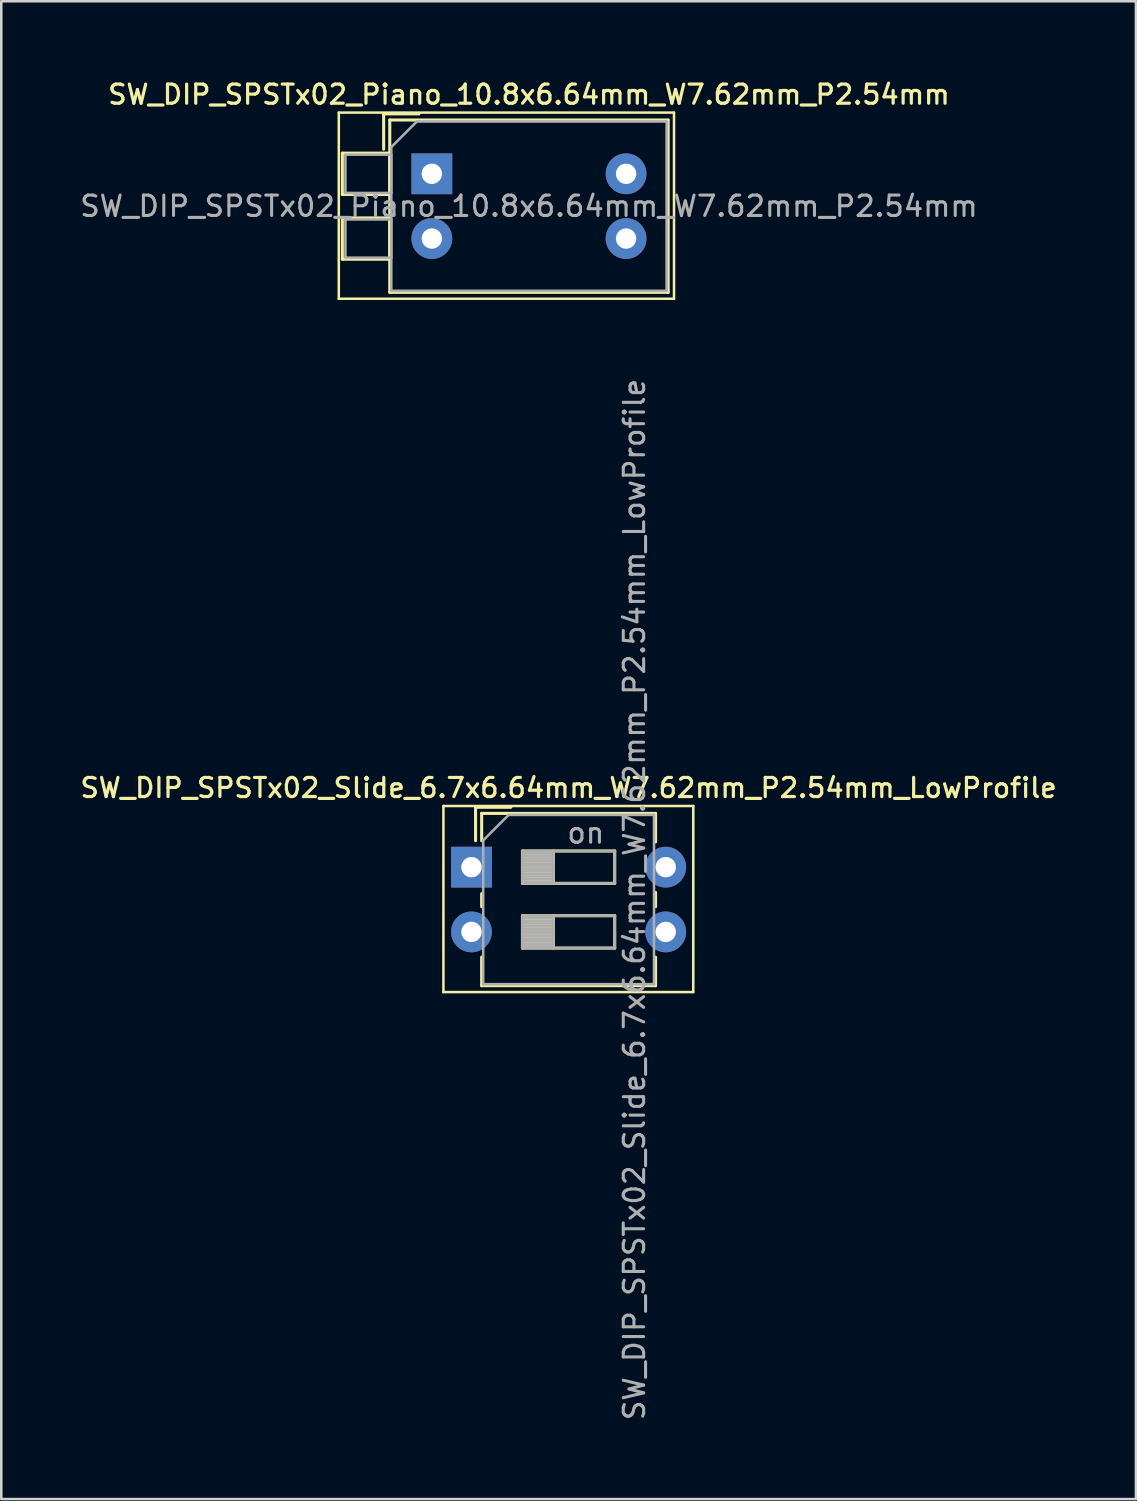
<source format=kicad_pcb>
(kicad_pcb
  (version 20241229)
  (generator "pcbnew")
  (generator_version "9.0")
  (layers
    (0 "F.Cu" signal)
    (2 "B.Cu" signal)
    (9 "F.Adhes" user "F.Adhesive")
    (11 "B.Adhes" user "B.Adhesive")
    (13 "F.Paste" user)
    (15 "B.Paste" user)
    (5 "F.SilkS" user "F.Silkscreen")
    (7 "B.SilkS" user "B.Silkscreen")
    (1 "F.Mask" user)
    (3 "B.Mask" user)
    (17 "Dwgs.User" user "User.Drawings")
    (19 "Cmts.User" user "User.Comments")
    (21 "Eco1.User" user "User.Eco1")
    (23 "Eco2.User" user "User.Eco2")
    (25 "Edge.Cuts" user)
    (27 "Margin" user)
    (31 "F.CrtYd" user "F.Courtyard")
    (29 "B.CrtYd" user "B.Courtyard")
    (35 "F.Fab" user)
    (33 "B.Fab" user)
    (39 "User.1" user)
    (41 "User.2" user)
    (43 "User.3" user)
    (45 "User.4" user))
  (footprint "SW_DIP_SPSTx02_Piano_10.8x6.64mm_W7.62mm_P2.54mm"
    (layer "F.Cu")
    (at 13.89 3.768)
    (property "Reference" "SW_DIP_SPSTx02_Piano_10.8x6.64mm_W7.62mm_P2.54mm" (at 3.81 -3.11 0) (layer "F.SilkS") (effects (font (size 0.75 0.75) (thickness 0.125))))
    (attr through_hole)
    (fp_line (start -3.65 -2.4) (end -3.65 4.9) (stroke (width 0.1) (type solid)) (layer "F.SilkS"))
    (fp_line (start -3.65 4.9) (end 9.5 4.9) (stroke (width 0.1) (type solid)) (layer "F.SilkS"))
    (fp_line (start -3.51 -0.81) (end -3.51 0.81) (stroke (width 0.12) (type solid)) (layer "F.SilkS"))
    (fp_line (start -3.51 -0.81) (end -1.65 -0.81) (stroke (width 0.12) (type solid)) (layer "F.SilkS"))
    (fp_line (start -3.51 0.81) (end -1.65 0.81) (stroke (width 0.12) (type solid)) (layer "F.SilkS"))
    (fp_line (start -3.51 1.73) (end -3.51 3.35) (stroke (width 0.12) (type solid)) (layer "F.SilkS"))
    (fp_line (start -3.51 1.73) (end -1.65 1.73) (stroke (width 0.12) (type solid)) (layer "F.SilkS"))
    (fp_line (start -3.51 3.35) (end -1.65 3.35) (stroke (width 0.12) (type solid)) (layer "F.SilkS"))
    (fp_line (start -1.89 -2.35) (end -1.89 -0.967) (stroke (width 0.12) (type solid)) (layer "F.SilkS"))
    (fp_line (start -1.89 -2.35) (end -0.507 -2.35) (stroke (width 0.12) (type solid)) (layer "F.SilkS"))
    (fp_line (start -1.65 -2.11) (end -1.65 4.65) (stroke (width 0.12) (type solid)) (layer "F.SilkS"))
    (fp_line (start -1.65 -2.11) (end 9.27 -2.11) (stroke (width 0.12) (type solid)) (layer "F.SilkS"))
    (fp_line (start -1.65 -0.81) (end -1.65 0.81) (stroke (width 0.12) (type solid)) (layer "F.SilkS"))
    (fp_line (start -1.65 1.73) (end -1.65 3.35) (stroke (width 0.12) (type solid)) (layer "F.SilkS"))
    (fp_line (start -1.65 4.65) (end 9.27 4.65) (stroke (width 0.12) (type solid)) (layer "F.SilkS"))
    (fp_line (start 9.27 -2.11) (end 9.27 4.65) (stroke (width 0.12) (type solid)) (layer "F.SilkS"))
    (fp_line (start 9.5 -2.4) (end -3.65 -2.4) (stroke (width 0.1) (type solid)) (layer "F.SilkS"))
    (fp_line (start 9.5 4.9) (end 9.5 -2.4) (stroke (width 0.1) (type solid)) (layer "F.SilkS"))
    (fp_line (start -3.39 -0.75) (end -1.59 -0.75) (stroke (width 0.1) (type solid)) (layer "F.Fab"))
    (fp_line (start -3.39 0.75) (end -3.39 -0.75) (stroke (width 0.1) (type solid)) (layer "F.Fab"))
    (fp_line (start -3.39 1.79) (end -1.59 1.79) (stroke (width 0.1) (type solid)) (layer "F.Fab"))
    (fp_line (start -3.39 3.29) (end -3.39 1.79) (stroke (width 0.1) (type solid)) (layer "F.Fab"))
    (fp_line (start -1.59 -1.05) (end -0.59 -2.05) (stroke (width 0.1) (type solid)) (layer "F.Fab"))
    (fp_line (start -1.59 -0.75) (end -1.59 0.75) (stroke (width 0.1) (type solid)) (layer "F.Fab"))
    (fp_line (start -1.59 0.75) (end -3.39 0.75) (stroke (width 0.1) (type solid)) (layer "F.Fab"))
    (fp_line (start -1.59 1.79) (end -1.59 3.29) (stroke (width 0.1) (type solid)) (layer "F.Fab"))
    (fp_line (start -1.59 3.29) (end -3.39 3.29) (stroke (width 0.1) (type solid)) (layer "F.Fab"))
    (fp_line (start -1.59 4.59) (end -1.59 -1.05) (stroke (width 0.1) (type solid)) (layer "F.Fab"))
    (fp_line (start -0.59 -2.05) (end 9.21 -2.05) (stroke (width 0.1) (type solid)) (layer "F.Fab"))
    (fp_line (start 9.21 -2.05) (end 9.21 4.59) (stroke (width 0.1) (type solid)) (layer "F.Fab"))
    (fp_line (start 9.21 4.59) (end -1.59 4.59) (stroke (width 0.1) (type solid)) (layer "F.Fab"))
    (fp_text user "${REFERENCE}" (at 3.81 1.27 0) (layer "F.Fab") (effects (font (size 0.8 0.8) (thickness 0.12))))
    (pad "1" thru_hole rect (at 0 0) (size 1.6 1.6) (drill 0.8) (layers "*.Cu" "*.Mask"))
    (pad "2" thru_hole oval (at 0 2.54) (size 1.6 1.6) (drill 0.8) (layers "*.Cu" "*.Mask"))
    (pad "3" thru_hole oval (at 7.62 2.54) (size 1.6 1.6) (drill 0.8) (layers "*.Cu" "*.Mask"))
    (pad "4" thru_hole oval (at 7.62 0) (size 1.6 1.6) (drill 0.8) (layers "*.Cu" "*.Mask")))
  (footprint "SW_DIP_SPSTx02_Slide_6.7x6.64mm_W7.62mm_P2.54mm_LowProfile"
    (layer "F.Cu")
    (at 15.445 30.967)
    (property "Reference" "SW_DIP_SPSTx02_Slide_6.7x6.64mm_W7.62mm_P2.54mm_LowProfile" (at 3.81 -3.11 0) (layer "F.SilkS") (effects (font (size 0.75 0.75) (thickness 0.125))))
    (attr through_hole)
    (fp_line (start -1.1 -2.4) (end -1.1 4.9) (stroke (width 0.1) (type solid)) (layer "F.SilkS"))
    (fp_line (start -1.1 4.9) (end 8.7 4.9) (stroke (width 0.1) (type solid)) (layer "F.SilkS"))
    (fp_line (start 0.16 -2.35) (end 0.16 -1.04) (stroke (width 0.12) (type solid)) (layer "F.SilkS"))
    (fp_line (start 0.16 -2.35) (end 1.543 -2.35) (stroke (width 0.12) (type solid)) (layer "F.SilkS"))
    (fp_line (start 0.4 -2.11) (end 0.4 -1.04) (stroke (width 0.12) (type solid)) (layer "F.SilkS"))
    (fp_line (start 0.4 -2.11) (end 7.221 -2.11) (stroke (width 0.12) (type solid)) (layer "F.SilkS"))
    (fp_line (start 0.4 1.04) (end 0.4 1.551) (stroke (width 0.12) (type solid)) (layer "F.SilkS"))
    (fp_line (start 0.4 3.53) (end 0.4 4.65) (stroke (width 0.12) (type solid)) (layer "F.SilkS"))
    (fp_line (start 0.4 4.65) (end 7.221 4.65) (stroke (width 0.12) (type solid)) (layer "F.SilkS"))
    (fp_line (start 2 -0.635) (end 2 0.635) (stroke (width 0.12) (type solid)) (layer "F.SilkS"))
    (fp_line (start 2 -0.515) (end 3.207 -0.515) (stroke (width 0.12) (type solid)) (layer "F.SilkS"))
    (fp_line (start 2 -0.395) (end 3.207 -0.395) (stroke (width 0.12) (type solid)) (layer "F.SilkS"))
    (fp_line (start 2 -0.275) (end 3.207 -0.275) (stroke (width 0.12) (type solid)) (layer "F.SilkS"))
    (fp_line (start 2 -0.155) (end 3.207 -0.155) (stroke (width 0.12) (type solid)) (layer "F.SilkS"))
    (fp_line (start 2 -0.035) (end 3.207 -0.035) (stroke (width 0.12) (type solid)) (layer "F.SilkS"))
    (fp_line (start 2 0.085) (end 3.207 0.085) (stroke (width 0.12) (type solid)) (layer "F.SilkS"))
    (fp_line (start 2 0.205) (end 3.207 0.205) (stroke (width 0.12) (type solid)) (layer "F.SilkS"))
    (fp_line (start 2 0.325) (end 3.207 0.325) (stroke (width 0.12) (type solid)) (layer "F.SilkS"))
    (fp_line (start 2 0.445) (end 3.207 0.445) (stroke (width 0.12) (type solid)) (layer "F.SilkS"))
    (fp_line (start 2 0.565) (end 3.207 0.565) (stroke (width 0.12) (type solid)) (layer "F.SilkS"))
    (fp_line (start 2 0.635) (end 5.62 0.635) (stroke (width 0.12) (type solid)) (layer "F.SilkS"))
    (fp_line (start 2 1.905) (end 2 3.175) (stroke (width 0.12) (type solid)) (layer "F.SilkS"))
    (fp_line (start 2 2.025) (end 3.207 2.025) (stroke (width 0.12) (type solid)) (layer "F.SilkS"))
    (fp_line (start 2 2.145) (end 3.207 2.145) (stroke (width 0.12) (type solid)) (layer "F.SilkS"))
    (fp_line (start 2 2.265) (end 3.207 2.265) (stroke (width 0.12) (type solid)) (layer "F.SilkS"))
    (fp_line (start 2 2.385) (end 3.207 2.385) (stroke (width 0.12) (type solid)) (layer "F.SilkS"))
    (fp_line (start 2 2.505) (end 3.207 2.505) (stroke (width 0.12) (type solid)) (layer "F.SilkS"))
    (fp_line (start 2 2.625) (end 3.207 2.625) (stroke (width 0.12) (type solid)) (layer "F.SilkS"))
    (fp_line (start 2 2.745) (end 3.207 2.745) (stroke (width 0.12) (type solid)) (layer "F.SilkS"))
    (fp_line (start 2 2.865) (end 3.207 2.865) (stroke (width 0.12) (type solid)) (layer "F.SilkS"))
    (fp_line (start 2 2.985) (end 3.207 2.985) (stroke (width 0.12) (type solid)) (layer "F.SilkS"))
    (fp_line (start 2 3.105) (end 3.207 3.105) (stroke (width 0.12) (type solid)) (layer "F.SilkS"))
    (fp_line (start 2 3.175) (end 5.62 3.175) (stroke (width 0.12) (type solid)) (layer "F.SilkS"))
    (fp_line (start 3.207 -0.635) (end 3.207 0.635) (stroke (width 0.12) (type solid)) (layer "F.SilkS"))
    (fp_line (start 3.207 1.905) (end 3.207 3.175) (stroke (width 0.12) (type solid)) (layer "F.SilkS"))
    (fp_line (start 5.62 -0.635) (end 2 -0.635) (stroke (width 0.12) (type solid)) (layer "F.SilkS"))
    (fp_line (start 5.62 0.635) (end 5.62 -0.635) (stroke (width 0.12) (type solid)) (layer "F.SilkS"))
    (fp_line (start 5.62 1.905) (end 2 1.905) (stroke (width 0.12) (type solid)) (layer "F.SilkS"))
    (fp_line (start 5.62 3.175) (end 5.62 1.905) (stroke (width 0.12) (type solid)) (layer "F.SilkS"))
    (fp_line (start 7.221 -2.11) (end 7.221 -0.99) (stroke (width 0.12) (type solid)) (layer "F.SilkS"))
    (fp_line (start 7.221 0.99) (end 7.221 1.551) (stroke (width 0.12) (type solid)) (layer "F.SilkS"))
    (fp_line (start 7.221 3.53) (end 7.221 4.65) (stroke (width 0.12) (type solid)) (layer "F.SilkS"))
    (fp_line (start 8.7 -2.4) (end -1.1 -2.4) (stroke (width 0.1) (type solid)) (layer "F.SilkS"))
    (fp_line (start 8.7 4.9) (end 8.7 -2.4) (stroke (width 0.1) (type solid)) (layer "F.SilkS"))
    (fp_line (start 0.46 -1.05) (end 1.46 -2.05) (stroke (width 0.1) (type solid)) (layer "F.Fab"))
    (fp_line (start 0.46 4.59) (end 0.46 -1.05) (stroke (width 0.1) (type solid)) (layer "F.Fab"))
    (fp_line (start 1.46 -2.05) (end 7.16 -2.05) (stroke (width 0.1) (type solid)) (layer "F.Fab"))
    (fp_line (start 2 -0.635) (end 2 0.635) (stroke (width 0.1) (type solid)) (layer "F.Fab"))
    (fp_line (start 2 -0.535) (end 3.207 -0.535) (stroke (width 0.1) (type solid)) (layer "F.Fab"))
    (fp_line (start 2 -0.435) (end 3.207 -0.435) (stroke (width 0.1) (type solid)) (layer "F.Fab"))
    (fp_line (start 2 -0.335) (end 3.207 -0.335) (stroke (width 0.1) (type solid)) (layer "F.Fab"))
    (fp_line (start 2 -0.235) (end 3.207 -0.235) (stroke (width 0.1) (type solid)) (layer "F.Fab"))
    (fp_line (start 2 -0.135) (end 3.207 -0.135) (stroke (width 0.1) (type solid)) (layer "F.Fab"))
    (fp_line (start 2 -0.035) (end 3.207 -0.035) (stroke (width 0.1) (type solid)) (layer "F.Fab"))
    (fp_line (start 2 0.065) (end 3.207 0.065) (stroke (width 0.1) (type solid)) (layer "F.Fab"))
    (fp_line (start 2 0.165) (end 3.207 0.165) (stroke (width 0.1) (type solid)) (layer "F.Fab"))
    (fp_line (start 2 0.265) (end 3.207 0.265) (stroke (width 0.1) (type solid)) (layer "F.Fab"))
    (fp_line (start 2 0.365) (end 3.207 0.365) (stroke (width 0.1) (type solid)) (layer "F.Fab"))
    (fp_line (start 2 0.465) (end 3.207 0.465) (stroke (width 0.1) (type solid)) (layer "F.Fab"))
    (fp_line (start 2 0.565) (end 3.207 0.565) (stroke (width 0.1) (type solid)) (layer "F.Fab"))
    (fp_line (start 2 0.635) (end 5.62 0.635) (stroke (width 0.1) (type solid)) (layer "F.Fab"))
    (fp_line (start 2 1.905) (end 2 3.175) (stroke (width 0.1) (type solid)) (layer "F.Fab"))
    (fp_line (start 2 2.005) (end 3.207 2.005) (stroke (width 0.1) (type solid)) (layer "F.Fab"))
    (fp_line (start 2 2.105) (end 3.207 2.105) (stroke (width 0.1) (type solid)) (layer "F.Fab"))
    (fp_line (start 2 2.205) (end 3.207 2.205) (stroke (width 0.1) (type solid)) (layer "F.Fab"))
    (fp_line (start 2 2.305) (end 3.207 2.305) (stroke (width 0.1) (type solid)) (layer "F.Fab"))
    (fp_line (start 2 2.405) (end 3.207 2.405) (stroke (width 0.1) (type solid)) (layer "F.Fab"))
    (fp_line (start 2 2.505) (end 3.207 2.505) (stroke (width 0.1) (type solid)) (layer "F.Fab"))
    (fp_line (start 2 2.605) (end 3.207 2.605) (stroke (width 0.1) (type solid)) (layer "F.Fab"))
    (fp_line (start 2 2.705) (end 3.207 2.705) (stroke (width 0.1) (type solid)) (layer "F.Fab"))
    (fp_line (start 2 2.805) (end 3.207 2.805) (stroke (width 0.1) (type solid)) (layer "F.Fab"))
    (fp_line (start 2 2.905) (end 3.207 2.905) (stroke (width 0.1) (type solid)) (layer "F.Fab"))
    (fp_line (start 2 3.005) (end 3.207 3.005) (stroke (width 0.1) (type solid)) (layer "F.Fab"))
    (fp_line (start 2 3.105) (end 3.207 3.105) (stroke (width 0.1) (type solid)) (layer "F.Fab"))
    (fp_line (start 2 3.175) (end 5.62 3.175) (stroke (width 0.1) (type solid)) (layer "F.Fab"))
    (fp_line (start 3.207 -0.635) (end 3.207 0.635) (stroke (width 0.1) (type solid)) (layer "F.Fab"))
    (fp_line (start 3.207 1.905) (end 3.207 3.175) (stroke (width 0.1) (type solid)) (layer "F.Fab"))
    (fp_line (start 5.62 -0.635) (end 2 -0.635) (stroke (width 0.1) (type solid)) (layer "F.Fab"))
    (fp_line (start 5.62 0.635) (end 5.62 -0.635) (stroke (width 0.1) (type solid)) (layer "F.Fab"))
    (fp_line (start 5.62 1.905) (end 2 1.905) (stroke (width 0.1) (type solid)) (layer "F.Fab"))
    (fp_line (start 5.62 3.175) (end 5.62 1.905) (stroke (width 0.1) (type solid)) (layer "F.Fab"))
    (fp_line (start 7.16 -2.05) (end 7.16 4.59) (stroke (width 0.1) (type solid)) (layer "F.Fab"))
    (fp_line (start 7.16 4.59) (end 0.46 4.59) (stroke (width 0.1) (type solid)) (layer "F.Fab"))
    (fp_text user "${REFERENCE}" (at 6.39 1.27 90) (layer "F.Fab") (effects (font (size 0.8 0.8) (thickness 0.12))))
    (fp_text user "on" (at 4.485 -1.343 0) (layer "F.Fab") (effects (font (size 0.8 0.8) (thickness 0.12))))
    (pad "1" thru_hole rect (at 0 0) (size 1.6 1.6) (drill 0.8) (layers "*.Cu" "*.Mask"))
    (pad "2" thru_hole oval (at 0 2.54) (size 1.6 1.6) (drill 0.8) (layers "*.Cu" "*.Mask"))
    (pad "3" thru_hole oval (at 7.62 2.54) (size 1.6 1.6) (drill 0.8) (layers "*.Cu" "*.Mask"))
    (pad "4" thru_hole oval (at 7.62 0) (size 1.6 1.6) (drill 0.8) (layers "*.Cu" "*.Mask")))
  (gr_rect
    (start -3 -3)
    (end 41.511 55.756)
    (stroke (width 0.1) (type default))
    (fill no)
    (layer "Edge.Cuts")))
</source>
